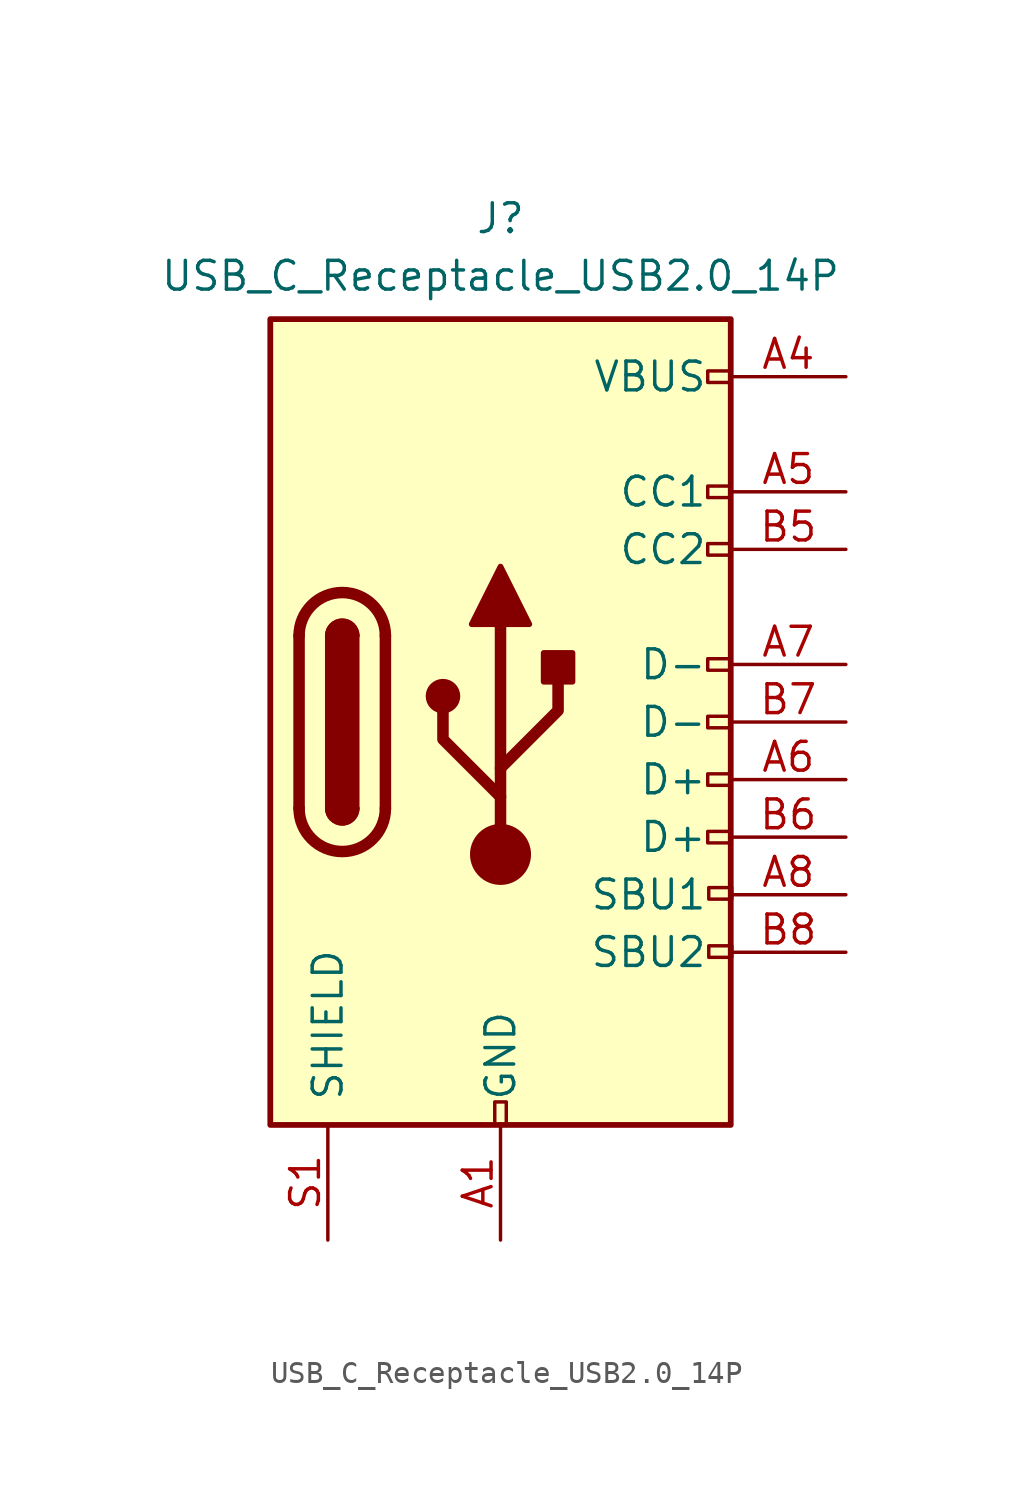
<source format=kicad_sym>
(kicad_symbol_lib
  (version 20231120)
  (generator "kicad_symbol_editor")
  (generator_version "8.0")
  (symbol "USB_C_Receptacle_USB2.0_14P"
    (pin_names
      (offset 1.016))
    (property "Reference" "J"
      (at 0 22.225 0)
      (effects (font (size 1.27 1.27))))
    (property "Value" "USB_C_Receptacle_USB2.0_14P"
      (at 0 19.685 0)
      (effects (font (size 1.27 1.27))))
    (symbol "USB_C_Receptacle_USB2.0_14P_0_0"
      (rectangle (start -0.254 -17.78) (end 0.254 -16.764) (stroke (width 0) (type default)) (fill (type none)))
      (rectangle (start 9.144 -4.826) (end 10.16 -5.334) (stroke (width 0) (type default)) (fill (type none)))
      (rectangle (start 9.19 -9.875) (end 10.206 -10.383) (stroke (width 0) (type default)) (fill (type none)))
      (rectangle (start 9.19 -7.307) (end 10.206 -7.815) (stroke (width 0) (type default)) (fill (type none)))
      (rectangle (start 10.16 -2.286) (end 9.144 -2.794) (stroke (width 0) (type default)) (fill (type none)))
      (rectangle (start 10.16 0.254) (end 9.144 -0.254) (stroke (width 0) (type default)) (fill (type none)))
      (rectangle (start 10.16 2.794) (end 9.144 2.286) (stroke (width 0) (type default)) (fill (type none)))
      (rectangle (start 10.16 7.874) (end 9.144 7.366) (stroke (width 0) (type default)) (fill (type none)))
      (rectangle (start 10.16 10.414) (end 9.144 9.906) (stroke (width 0) (type default)) (fill (type none)))
      (rectangle (start 10.16 15.494) (end 9.144 14.986) (stroke (width 0) (type default)) (fill (type none))))
    (symbol "USB_C_Receptacle_USB2.0_14P_0_1"
      (rectangle (start -10.16 17.78) (end 10.16 -17.78) (stroke (width 0.254) (type default)) (fill (type background)))
      (arc (start -8.89 -3.81) (mid -6.985 -5.7067) (end -5.08 -3.81) (stroke (width 0.508) (type default)) (fill (type none)))
      (arc (start -7.62 -3.81) (mid -6.985 -4.4423) (end -6.35 -3.81) (stroke (width 0.254) (type default)) (fill (type none)))
      (arc (start -7.62 -3.81) (mid -6.985 -4.4423) (end -6.35 -3.81) (stroke (width 0.254) (type default)) (fill (type outline)))
      (rectangle (start -7.62 -3.81) (end -6.35 3.81) (stroke (width 0.254) (type default)) (fill (type outline)))
      (arc (start -6.35 3.81) (mid -6.985 4.4423) (end -7.62 3.81) (stroke (width 0.254) (type default)) (fill (type none)))
      (arc (start -6.35 3.81) (mid -6.985 4.4423) (end -7.62 3.81) (stroke (width 0.254) (type default)) (fill (type outline)))
      (arc (start -5.08 3.81) (mid -6.985 5.7067) (end -8.89 3.81) (stroke (width 0.508) (type default)) (fill (type none)))
      (circle (center -2.54 1.143) (radius 0.635) (stroke (width 0.254) (type default)) (fill (type outline)))
      (circle (center 0 -5.842) (radius 1.27) (stroke (width 0) (type default)) (fill (type outline)))
      (polyline (pts (xy -8.89 -3.81) (xy -8.89 3.81)) (stroke (width 0.508) (type default)) (fill (type none)))
      (polyline (pts (xy -5.08 3.81) (xy -5.08 -3.81)) (stroke (width 0.508) (type default)) (fill (type none)))
      (polyline (pts (xy 0 -5.842) (xy 0 4.318)) (stroke (width 0.508) (type default)) (fill (type none)))
      (polyline (pts (xy 0 -3.302) (xy -2.54 -0.762) (xy -2.54 0.508)) (stroke (width 0.508) (type default)) (fill (type none)))
      (polyline (pts (xy 0 -2.032) (xy 2.54 0.508) (xy 2.54 1.778)) (stroke (width 0.508) (type default)) (fill (type none)))
      (polyline (pts (xy -1.27 4.318) (xy 0 6.858) (xy 1.27 4.318) (xy -1.27 4.318)) (stroke (width 0.254) (type default)) (fill (type outline)))
      (rectangle (start 1.905 1.778) (end 3.175 3.048) (stroke (width 0.254) (type default)) (fill (type outline))))
    (symbol "USB_C_Receptacle_USB2.0_14P_1_1"
      (pin passive line (at 0 -22.86 90) (length 5.08) (name "GND" (effects (font (size 1.27 1.27)))) (number "A1" (effects (font (size 1.27 1.27)))))
      (pin passive line (at 0 -22.86 90) (length 5.08) hide (name "GND" (effects (font (size 1.27 1.27)))) (number "A12" (effects (font (size 1.27 1.27)))))
      (pin passive line (at 15.24 15.24 180) (length 5.08) (name "VBUS" (effects (font (size 1.27 1.27)))) (number "A4" (effects (font (size 1.27 1.27)))))
      (pin bidirectional line (at 15.24 10.16 180) (length 5.08) (name "CC1" (effects (font (size 1.27 1.27)))) (number "A5" (effects (font (size 1.27 1.27)))))
      (pin bidirectional line (at 15.24 -2.54 180) (length 5.08) (name "D+" (effects (font (size 1.27 1.27)))) (number "A6" (effects (font (size 1.27 1.27)))))
      (pin bidirectional line (at 15.24 2.54 180) (length 5.08) (name "D-" (effects (font (size 1.27 1.27)))) (number "A7" (effects (font (size 1.27 1.27)))))
      (pin bidirectional line (at 15.24 -7.62 180) (length 5.08) (name "SBU1" (effects (font (size 1.27 1.27)))) (number "A8" (effects (font (size 1.27 1.27)))))
      (pin passive line (at 15.24 15.24 180) (length 5.08) hide (name "VBUS" (effects (font (size 1.27 1.27)))) (number "A9" (effects (font (size 1.27 1.27)))))
      (pin bidirectional line (at 15.24 7.62 180) (length 5.08) (name "CC2" (effects (font (size 1.27 1.27)))) (number "B5" (effects (font (size 1.27 1.27)))))
      (pin bidirectional line (at 15.24 -5.08 180) (length 5.08) (name "D+" (effects (font (size 1.27 1.27)))) (number "B6" (effects (font (size 1.27 1.27)))))
      (pin bidirectional line (at 15.24 0 180) (length 5.08) (name "D-" (effects (font (size 1.27 1.27)))) (number "B7" (effects (font (size 1.27 1.27)))))
      (pin bidirectional line (at 15.24 -10.16 180) (length 5.08) (name "SBU2" (effects (font (size 1.27 1.27)))) (number "B8" (effects (font (size 1.27 1.27)))))
      (pin passive line (at -7.62 -22.86 90) (length 5.08) (name "SHIELD" (effects (font (size 1.27 1.27)))) (number "S1" (effects (font (size 1.27 1.27))))))))
</source>
